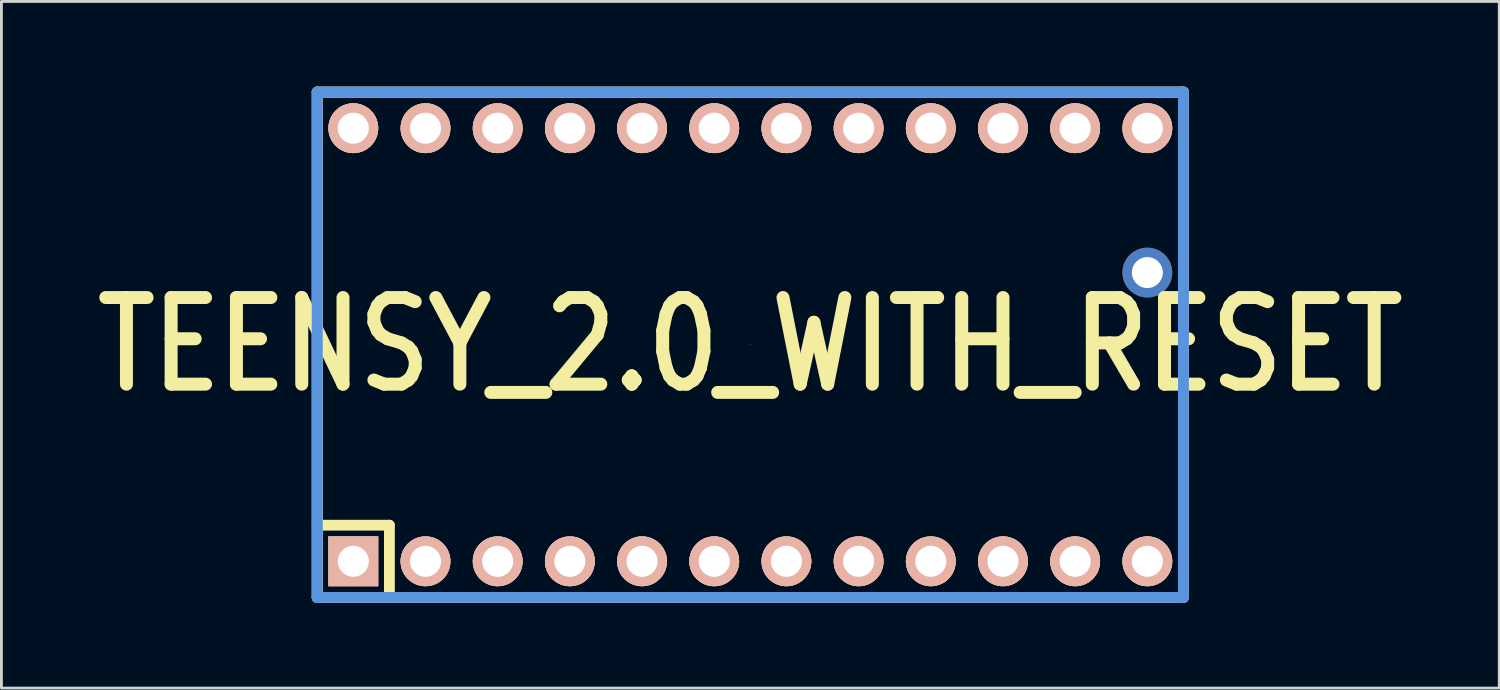
<source format=kicad_pcb>
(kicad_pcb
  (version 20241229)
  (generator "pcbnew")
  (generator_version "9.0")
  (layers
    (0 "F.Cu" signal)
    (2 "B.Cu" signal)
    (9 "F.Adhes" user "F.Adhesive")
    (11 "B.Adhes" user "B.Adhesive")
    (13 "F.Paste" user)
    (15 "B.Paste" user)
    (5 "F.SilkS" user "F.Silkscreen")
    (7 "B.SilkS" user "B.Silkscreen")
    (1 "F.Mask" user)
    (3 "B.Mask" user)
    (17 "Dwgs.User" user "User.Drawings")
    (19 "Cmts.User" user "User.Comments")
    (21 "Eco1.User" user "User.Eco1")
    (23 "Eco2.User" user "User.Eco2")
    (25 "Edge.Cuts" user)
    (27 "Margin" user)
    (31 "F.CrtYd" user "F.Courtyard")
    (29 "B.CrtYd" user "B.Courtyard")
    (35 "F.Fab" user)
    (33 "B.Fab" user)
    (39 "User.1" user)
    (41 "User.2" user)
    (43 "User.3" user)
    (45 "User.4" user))
  (footprint "TEENSY_2.0_WITH_RESET"
    (layer "F.Cu")
    (at 23.352 9.081)
    (property "Reference" "TEENSY_2.0_WITH_RESET" (at 0 0 0) (layer "F.SilkS") (effects (font (size 3.048 2.54) (thickness 0.457))))
    (attr through_hole)
    (fp_line (start -15.24 -8.89) (end -15.24 8.89) (stroke (width 0.381) (type solid)) (layer "F.SilkS"))
    (fp_line (start -15.24 6.35) (end -12.7 6.35) (stroke (width 0.381) (type solid)) (layer "F.SilkS"))
    (fp_line (start -15.24 8.89) (end 15.24 8.89) (stroke (width 0.381) (type solid)) (layer "F.SilkS"))
    (fp_line (start -12.7 6.35) (end -12.7 8.89) (stroke (width 0.381) (type solid)) (layer "F.SilkS"))
    (fp_line (start 15.24 -8.89) (end -15.24 -8.89) (stroke (width 0.381) (type solid)) (layer "F.SilkS"))
    (fp_line (start 15.24 8.89) (end 15.24 -8.89) (stroke (width 0.381) (type solid)) (layer "F.SilkS"))
    (fp_line (start -15.24 -8.89) (end -15.24 8.89) (stroke (width 0.381) (type solid)) (layer "Dwgs.User"))
    (fp_line (start -15.24 8.89) (end 15.24 8.89) (stroke (width 0.381) (type solid)) (layer "Dwgs.User"))
    (fp_line (start 0 0) (end 0 0) (stroke (width 0.025) (type solid)) (layer "Dwgs.User"))
    (fp_line (start 15.24 -8.89) (end -15.24 -8.89) (stroke (width 0.381) (type solid)) (layer "Dwgs.User"))
    (fp_line (start 15.24 8.89) (end 15.24 -8.89) (stroke (width 0.381) (type solid)) (layer "Dwgs.User"))
    (fp_line (start -15.24 -8.89) (end -15.24 8.89) (stroke (width 0.381) (type solid)) (layer "Cmts.User"))
    (fp_line (start -15.24 8.89) (end 15.24 8.89) (stroke (width 0.381) (type solid)) (layer "Cmts.User"))
    (fp_line (start 15.24 -8.89) (end -15.24 -8.89) (stroke (width 0.381) (type solid)) (layer "Cmts.User"))
    (fp_line (start 15.24 8.89) (end 15.24 -8.89) (stroke (width 0.381) (type solid)) (layer "Cmts.User"))
    (pad "1" thru_hole rect (at -13.97 7.62) (size 1.753 1.753) (drill 1.092) (layers "*.Cu" "*.SilkS" "*.Mask"))
    (pad "2" thru_hole circle (at -11.43 7.62) (size 1.753 1.753) (drill 1.092) (layers "*.Cu" "*.SilkS" "*.Mask"))
    (pad "3" thru_hole circle (at -8.89 7.62) (size 1.753 1.753) (drill 1.092) (layers "*.Cu" "*.SilkS" "*.Mask"))
    (pad "4" thru_hole circle (at -6.35 7.62) (size 1.753 1.753) (drill 1.092) (layers "*.Cu" "*.SilkS" "*.Mask"))
    (pad "5" thru_hole circle (at -3.81 7.62) (size 1.753 1.753) (drill 1.092) (layers "*.Cu" "*.SilkS" "*.Mask"))
    (pad "6" thru_hole circle (at -1.27 7.62) (size 1.753 1.753) (drill 1.092) (layers "*.Cu" "*.SilkS" "*.Mask"))
    (pad "7" thru_hole circle (at 1.27 7.62) (size 1.753 1.753) (drill 1.092) (layers "*.Cu" "*.SilkS" "*.Mask"))
    (pad "8" thru_hole circle (at 3.81 7.62) (size 1.753 1.753) (drill 1.092) (layers "*.Cu" "*.SilkS" "*.Mask"))
    (pad "9" thru_hole circle (at 6.35 7.62) (size 1.753 1.753) (drill 1.092) (layers "*.Cu" "*.SilkS" "*.Mask"))
    (pad "10" thru_hole circle (at 8.89 7.62) (size 1.753 1.753) (drill 1.092) (layers "*.Cu" "*.SilkS" "*.Mask"))
    (pad "11" thru_hole circle (at 11.43 7.62) (size 1.753 1.753) (drill 1.092) (layers "*.Cu" "*.SilkS" "*.Mask"))
    (pad "12" thru_hole circle (at 13.97 7.62) (size 1.753 1.753) (drill 1.092) (layers "*.Cu" "*.SilkS" "*.Mask"))
    (pad "16" thru_hole circle (at 13.97 -2.54) (size 1.753 1.753) (drill 1.09) (layers "*.Cu" "*.Mask"))
    (pad "18" thru_hole circle (at 13.97 -7.62) (size 1.753 1.753) (drill 1.09) (layers "*.Cu" "*.SilkS" "*.Mask"))
    (pad "19" thru_hole circle (at 11.43 -7.62) (size 1.753 1.753) (drill 1.092) (layers "*.Cu" "*.SilkS" "*.Mask"))
    (pad "20" thru_hole circle (at 8.89 -7.62) (size 1.753 1.753) (drill 1.092) (layers "*.Cu" "*.SilkS" "*.Mask"))
    (pad "21" thru_hole circle (at 6.35 -7.62) (size 1.753 1.753) (drill 1.092) (layers "*.Cu" "*.SilkS" "*.Mask"))
    (pad "22" thru_hole circle (at 3.81 -7.62) (size 1.753 1.753) (drill 1.092) (layers "*.Cu" "*.SilkS" "*.Mask"))
    (pad "23" thru_hole circle (at 1.27 -7.62) (size 1.753 1.753) (drill 1.092) (layers "*.Cu" "*.SilkS" "*.Mask"))
    (pad "24" thru_hole circle (at -1.27 -7.62) (size 1.753 1.753) (drill 1.092) (layers "*.Cu" "*.SilkS" "*.Mask"))
    (pad "25" thru_hole circle (at -3.81 -7.62) (size 1.753 1.753) (drill 1.092) (layers "*.Cu" "*.SilkS" "*.Mask"))
    (pad "26" thru_hole circle (at -6.35 -7.62) (size 1.753 1.753) (drill 1.092) (layers "*.Cu" "*.SilkS" "*.Mask"))
    (pad "27" thru_hole circle (at -8.89 -7.62) (size 1.753 1.753) (drill 1.092) (layers "*.Cu" "*.SilkS" "*.Mask"))
    (pad "28" thru_hole circle (at -11.43 -7.62) (size 1.753 1.753) (drill 1.092) (layers "*.Cu" "*.SilkS" "*.Mask"))
    (pad "29" thru_hole circle (at -13.97 -7.62) (size 1.753 1.753) (drill 1.092) (layers "*.Cu" "*.SilkS" "*.Mask")))
  (gr_rect
    (start -3 -3)
    (end 49.705 21.161)
    (stroke (width 0.1) (type default))
    (fill no)
    (layer "Edge.Cuts")))
</source>
